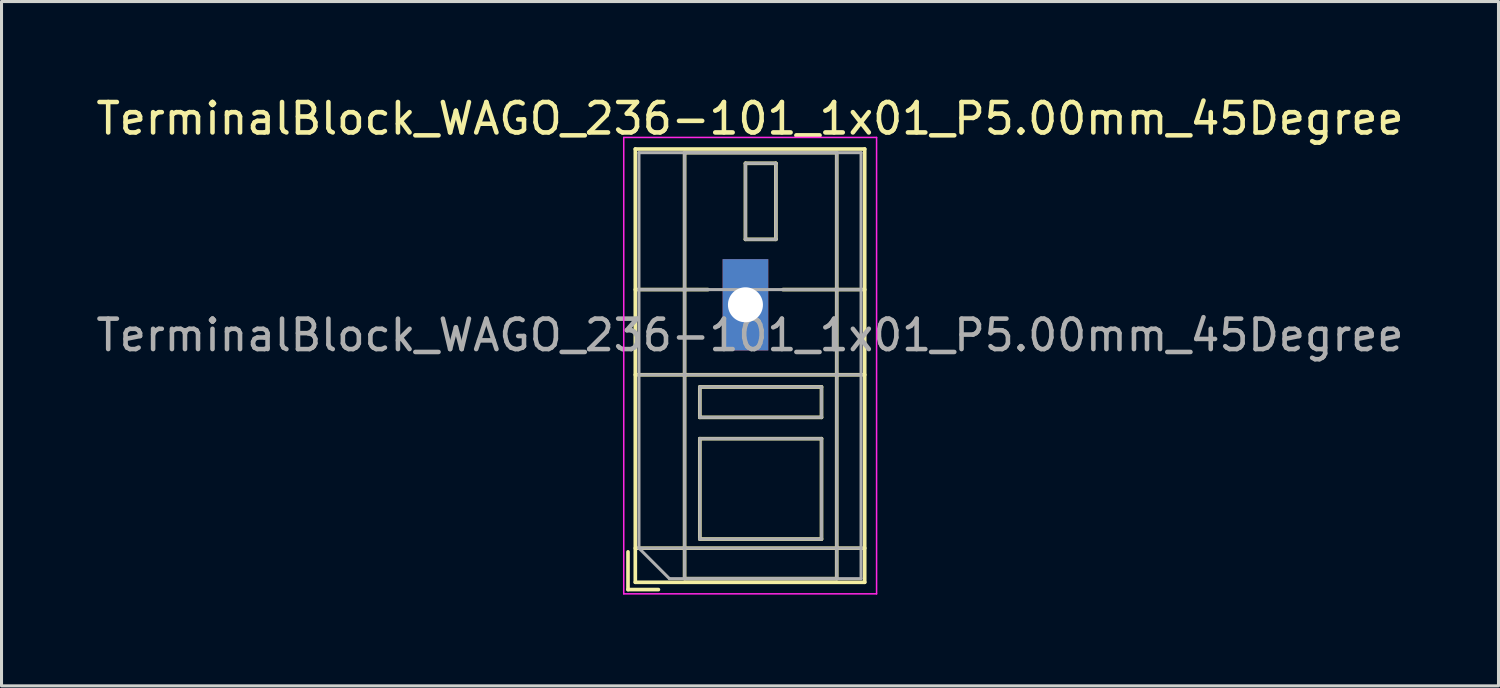
<source format=kicad_pcb>
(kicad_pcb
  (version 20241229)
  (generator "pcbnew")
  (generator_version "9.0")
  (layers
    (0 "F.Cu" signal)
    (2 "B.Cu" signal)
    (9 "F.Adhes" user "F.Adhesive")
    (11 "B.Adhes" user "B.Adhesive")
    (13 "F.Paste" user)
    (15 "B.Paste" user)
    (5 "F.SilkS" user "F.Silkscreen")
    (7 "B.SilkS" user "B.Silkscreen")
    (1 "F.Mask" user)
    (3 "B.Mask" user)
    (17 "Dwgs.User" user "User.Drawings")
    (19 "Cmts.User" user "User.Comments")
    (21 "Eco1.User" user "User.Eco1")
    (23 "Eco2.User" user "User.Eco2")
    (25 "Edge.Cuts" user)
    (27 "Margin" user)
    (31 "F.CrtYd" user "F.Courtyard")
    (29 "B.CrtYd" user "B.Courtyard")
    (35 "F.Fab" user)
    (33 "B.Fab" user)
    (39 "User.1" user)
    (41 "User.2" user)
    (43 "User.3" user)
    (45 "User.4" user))
  (footprint "TerminalBlock_WAGO_236-101_1x01_P5.00mm_45Degree"
    (layer "F.Cu")
    (at 21.451 6.968)
    (property "Reference" "TerminalBlock_WAGO_236-101_1x01_P5.00mm_45Degree" (at 0.15 -6.12 0) (layer "F.SilkS") (effects (font (size 1 1) (thickness 0.15))))
    (attr through_hole)
    (fp_line (start -3.86 8.12) (end -3.86 9.36) (stroke (width 0.12) (type solid)) (layer "F.SilkS"))
    (fp_line (start -3.86 9.36) (end -2.86 9.36) (stroke (width 0.12) (type solid)) (layer "F.SilkS"))
    (fp_line (start -3.62 -5.12) (end -3.62 9.12) (stroke (width 0.12) (type solid)) (layer "F.SilkS"))
    (fp_line (start -3.62 -5.12) (end 3.92 -5.12) (stroke (width 0.12) (type solid)) (layer "F.SilkS"))
    (fp_line (start -3.62 -0.5) (end -1.23 -0.5) (stroke (width 0.12) (type solid)) (layer "F.SilkS"))
    (fp_line (start -3.62 2.3) (end 3.92 2.3) (stroke (width 0.12) (type solid)) (layer "F.SilkS"))
    (fp_line (start -3.62 8) (end 3.92 8) (stroke (width 0.12) (type solid)) (layer "F.SilkS"))
    (fp_line (start -3.62 9.12) (end 3.92 9.12) (stroke (width 0.12) (type solid)) (layer "F.SilkS"))
    (fp_line (start -2 -5) (end -2 9) (stroke (width 0.12) (type solid)) (layer "F.SilkS"))
    (fp_line (start -2 -5) (end 3 -5) (stroke (width 0.12) (type solid)) (layer "F.SilkS"))
    (fp_line (start -2 9) (end 3 9) (stroke (width 0.12) (type solid)) (layer "F.SilkS"))
    (fp_line (start -1.5 2.7) (end -1.5 3.7) (stroke (width 0.12) (type solid)) (layer "F.SilkS"))
    (fp_line (start -1.5 2.7) (end 2.5 2.7) (stroke (width 0.12) (type solid)) (layer "F.SilkS"))
    (fp_line (start -1.5 3.7) (end 2.5 3.7) (stroke (width 0.12) (type solid)) (layer "F.SilkS"))
    (fp_line (start -1.5 4.4) (end -1.5 7.7) (stroke (width 0.12) (type solid)) (layer "F.SilkS"))
    (fp_line (start -1.5 4.4) (end 2.5 4.4) (stroke (width 0.12) (type solid)) (layer "F.SilkS"))
    (fp_line (start -1.5 7.7) (end 2.5 7.7) (stroke (width 0.12) (type solid)) (layer "F.SilkS"))
    (fp_line (start 0 -4.65) (end 0 -2.151) (stroke (width 0.12) (type solid)) (layer "F.SilkS"))
    (fp_line (start 0 -4.65) (end 1 -4.65) (stroke (width 0.12) (type solid)) (layer "F.SilkS"))
    (fp_line (start 0 -2.151) (end 1 -2.151) (stroke (width 0.12) (type solid)) (layer "F.SilkS"))
    (fp_line (start 1 -4.65) (end 1 -2.151) (stroke (width 0.12) (type solid)) (layer "F.SilkS"))
    (fp_line (start 1.23 -0.5) (end 3.92 -0.5) (stroke (width 0.12) (type solid)) (layer "F.SilkS"))
    (fp_line (start 2.5 2.7) (end 2.5 3.7) (stroke (width 0.12) (type solid)) (layer "F.SilkS"))
    (fp_line (start 2.5 4.4) (end 2.5 7.7) (stroke (width 0.12) (type solid)) (layer "F.SilkS"))
    (fp_line (start 3 -5) (end 3 9) (stroke (width 0.12) (type solid)) (layer "F.SilkS"))
    (fp_line (start 3.92 -5.12) (end 3.92 9.12) (stroke (width 0.12) (type solid)) (layer "F.SilkS"))
    (fp_line (start -4 -5.5) (end -4 9.5) (stroke (width 0.05) (type solid)) (layer "F.CrtYd"))
    (fp_line (start -4 9.5) (end 4.31 9.5) (stroke (width 0.05) (type solid)) (layer "F.CrtYd"))
    (fp_line (start 4.31 -5.5) (end -4 -5.5) (stroke (width 0.05) (type solid)) (layer "F.CrtYd"))
    (fp_line (start 4.31 9.5) (end 4.31 -5.5) (stroke (width 0.05) (type solid)) (layer "F.CrtYd"))
    (fp_line (start -3.5 -5) (end 3.8 -5) (stroke (width 0.1) (type solid)) (layer "F.Fab"))
    (fp_line (start -3.5 -0.5) (end 3.8 -0.5) (stroke (width 0.1) (type solid)) (layer "F.Fab"))
    (fp_line (start -3.5 2.3) (end 3.8 2.3) (stroke (width 0.1) (type solid)) (layer "F.Fab"))
    (fp_line (start -3.5 8) (end -3.5 -5) (stroke (width 0.1) (type solid)) (layer "F.Fab"))
    (fp_line (start -3.5 8) (end 3.8 8) (stroke (width 0.1) (type solid)) (layer "F.Fab"))
    (fp_line (start -2.5 9) (end -3.5 8) (stroke (width 0.1) (type solid)) (layer "F.Fab"))
    (fp_line (start -2 -5) (end -2 9) (stroke (width 0.1) (type solid)) (layer "F.Fab"))
    (fp_line (start -2 9) (end 3 9) (stroke (width 0.1) (type solid)) (layer "F.Fab"))
    (fp_line (start -1.5 2.7) (end -1.5 3.7) (stroke (width 0.1) (type solid)) (layer "F.Fab"))
    (fp_line (start -1.5 3.7) (end 2.5 3.7) (stroke (width 0.1) (type solid)) (layer "F.Fab"))
    (fp_line (start -1.5 4.4) (end -1.5 7.7) (stroke (width 0.1) (type solid)) (layer "F.Fab"))
    (fp_line (start -1.5 7.7) (end 2.5 7.7) (stroke (width 0.1) (type solid)) (layer "F.Fab"))
    (fp_line (start 0 -4.65) (end 0 -2.15) (stroke (width 0.1) (type solid)) (layer "F.Fab"))
    (fp_line (start 0 -2.15) (end 1 -2.15) (stroke (width 0.1) (type solid)) (layer "F.Fab"))
    (fp_line (start 1 -4.65) (end 0 -4.65) (stroke (width 0.1) (type solid)) (layer "F.Fab"))
    (fp_line (start 1 -2.15) (end 1 -4.65) (stroke (width 0.1) (type solid)) (layer "F.Fab"))
    (fp_line (start 2.5 2.7) (end -1.5 2.7) (stroke (width 0.1) (type solid)) (layer "F.Fab"))
    (fp_line (start 2.5 3.7) (end 2.5 2.7) (stroke (width 0.1) (type solid)) (layer "F.Fab"))
    (fp_line (start 2.5 4.4) (end -1.5 4.4) (stroke (width 0.1) (type solid)) (layer "F.Fab"))
    (fp_line (start 2.5 7.7) (end 2.5 4.4) (stroke (width 0.1) (type solid)) (layer "F.Fab"))
    (fp_line (start 3 -5) (end -2 -5) (stroke (width 0.1) (type solid)) (layer "F.Fab"))
    (fp_line (start 3 9) (end 3 -5) (stroke (width 0.1) (type solid)) (layer "F.Fab"))
    (fp_line (start 3.8 -5) (end 3.8 9) (stroke (width 0.1) (type solid)) (layer "F.Fab"))
    (fp_line (start 3.8 9) (end -2.5 9) (stroke (width 0.1) (type solid)) (layer "F.Fab"))
    (fp_text user "${REFERENCE}" (at 0.15 1 0) (layer "F.Fab") (effects (font (size 1 1) (thickness 0.15))))
    (pad "1" thru_hole rect (at 0 0) (size 1.5 3) (drill 1.15) (layers "*.Cu" "*.Mask")))
  (gr_rect
    (start -3 -3)
    (end 46.202 19.493)
    (stroke (width 0.1) (type default))
    (fill no)
    (layer "Edge.Cuts")))
</source>
